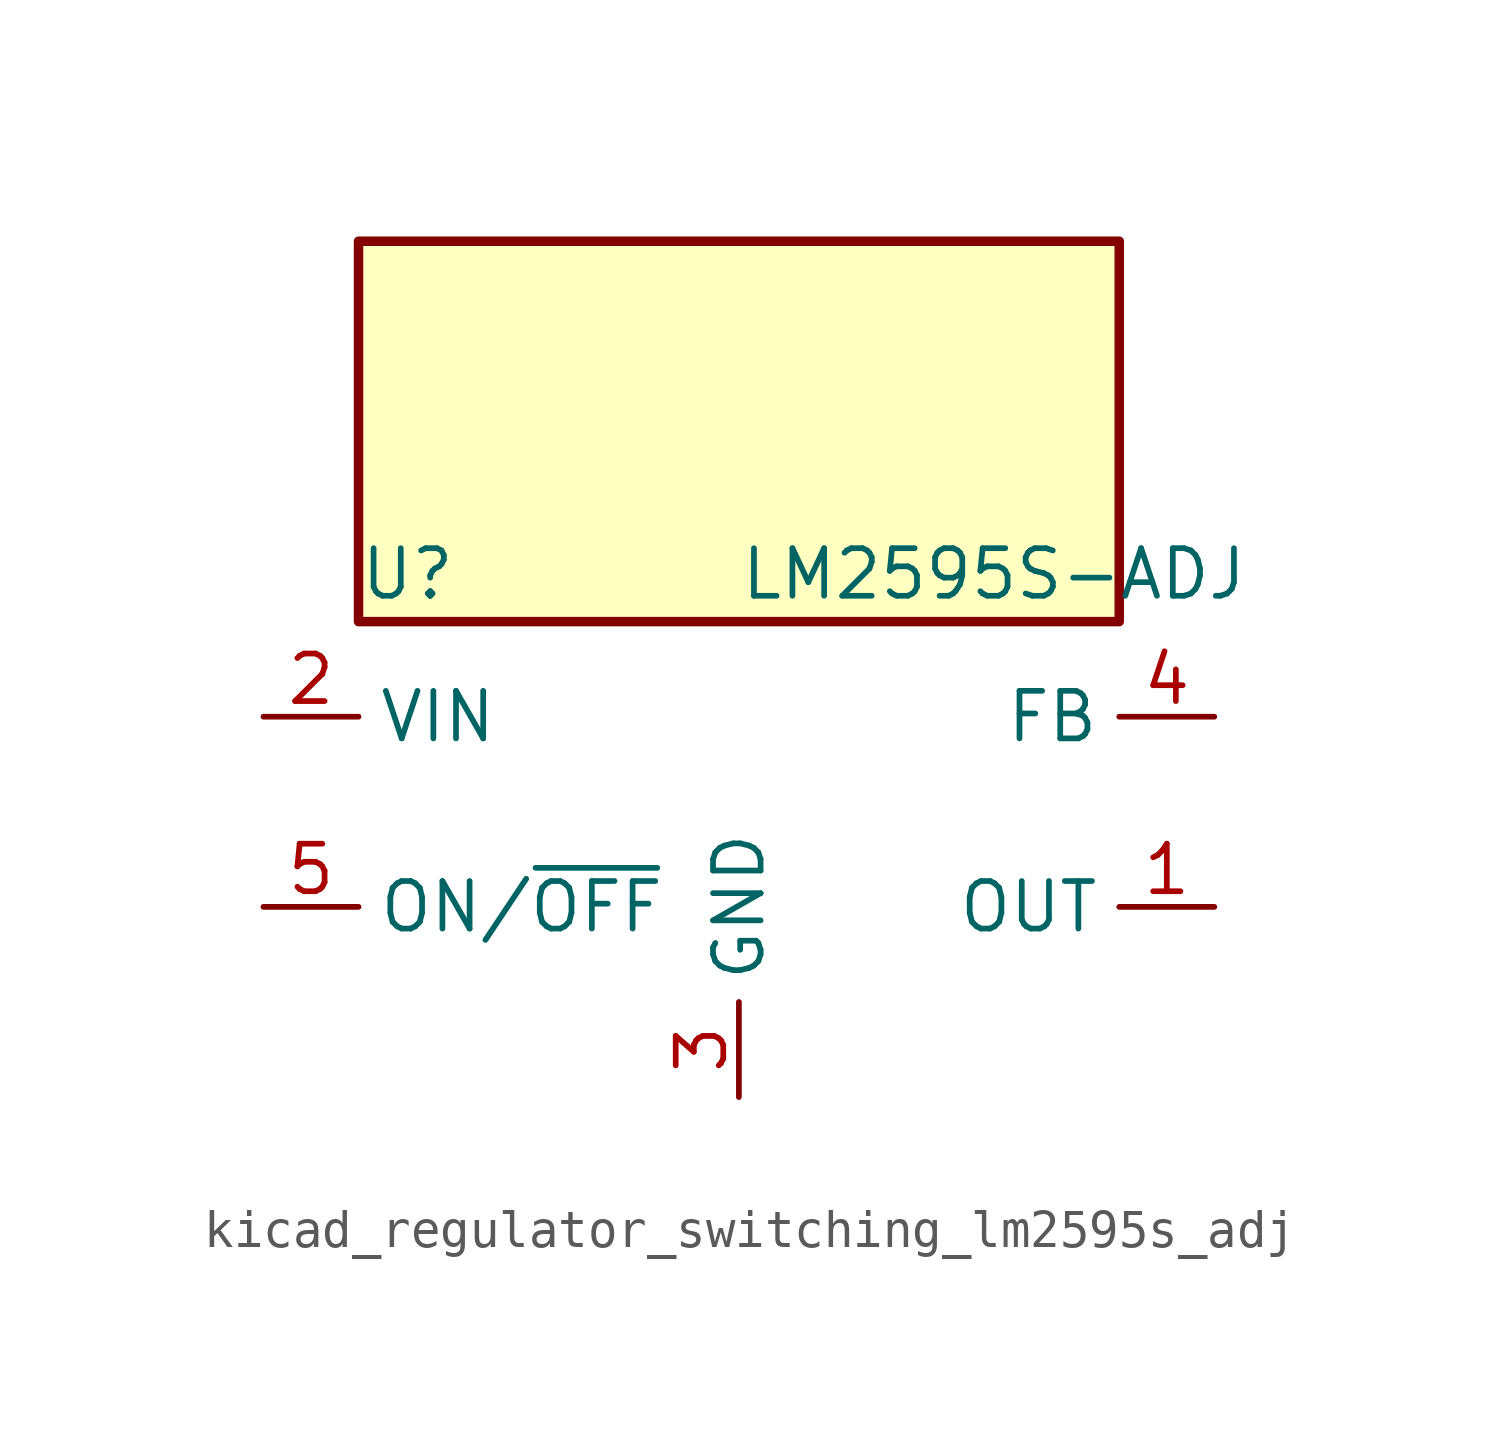
<source format=kicad_sym>
(kicad_symbol_lib
  (version 20220914)
  (generator kicad_symbol_editor)
  (symbol "kicad_regulator_switching_lm2595s_adj"
    (property "Reference" "U"
      (at -10.16 6.35 0)
      (effects (font (size 1.27 1.27)) (justify left)))
    (property "Value" "LM2595S-ADJ"
      (at 0 6.35 0)
      (effects (font (size 1.27 1.27)) (justify left)))
    (symbol "kicad_regulator_switching_lm2595s_adj_0_1"
      (rectangle (start 10.16 15.24) (end -10.16 5.08) (stroke (width 0.254) (type default)) (fill (type background))))
    (symbol "kicad_regulator_switching_lm2595s_adj_1_1"
      (pin output line (at 12.7 -2.54 180) (length 2.54) (name "OUT" (effects (font (size 1.27 1.27)))) (number "1" (effects (font (size 1.27 1.27)))))
      (pin power_in line (at -12.7 2.54 0) (length 2.54) (name "VIN" (effects (font (size 1.27 1.27)))) (number "2" (effects (font (size 1.27 1.27)))))
      (pin power_in line (at 0 -7.62 90) (length 2.54) (name "GND" (effects (font (size 1.27 1.27)))) (number "3" (effects (font (size 1.27 1.27)))))
      (pin input line (at 12.7 2.54 180) (length 2.54) (name "FB" (effects (font (size 1.27 1.27)))) (number "4" (effects (font (size 1.27 1.27)))))
      (pin input line (at -12.7 -2.54 0) (length 2.54) (name "ON/~{OFF}" (effects (font (size 1.27 1.27)))) (number "5" (effects (font (size 1.27 1.27))))))))
</source>
